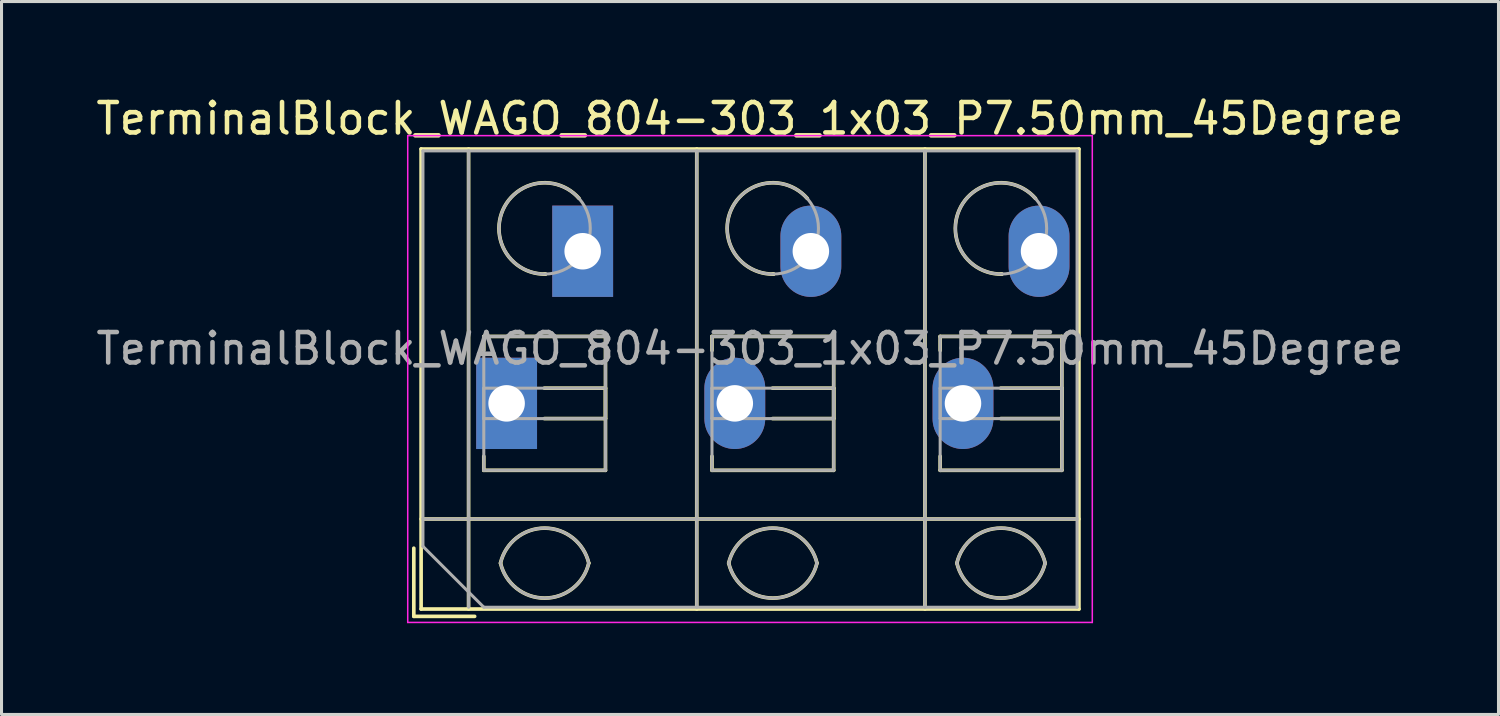
<source format=kicad_pcb>
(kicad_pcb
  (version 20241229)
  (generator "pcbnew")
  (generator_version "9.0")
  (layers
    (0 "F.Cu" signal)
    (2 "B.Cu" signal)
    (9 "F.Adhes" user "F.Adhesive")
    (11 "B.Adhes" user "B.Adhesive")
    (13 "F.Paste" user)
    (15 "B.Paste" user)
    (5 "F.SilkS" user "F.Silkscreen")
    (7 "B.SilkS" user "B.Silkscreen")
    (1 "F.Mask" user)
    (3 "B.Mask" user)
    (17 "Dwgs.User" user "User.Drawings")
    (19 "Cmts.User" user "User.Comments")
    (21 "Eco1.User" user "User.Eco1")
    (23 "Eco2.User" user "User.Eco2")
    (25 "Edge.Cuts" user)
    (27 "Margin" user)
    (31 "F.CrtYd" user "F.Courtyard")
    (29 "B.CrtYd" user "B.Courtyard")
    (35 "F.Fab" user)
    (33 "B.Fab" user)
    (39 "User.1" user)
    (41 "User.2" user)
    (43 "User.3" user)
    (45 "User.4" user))
  (footprint "TerminalBlock_WAGO_804-303_1x03_P7.50mm_45Degree"
    (layer "F.Cu")
    (at 13.601 10.208)
    (property "Reference" "TerminalBlock_WAGO_804-303_1x03_P7.50mm_45Degree" (at 8 -9.36 0) (layer "F.SilkS") (effects (font (size 1 1) (thickness 0.15))))
    (attr through_hole)
    (fp_line (start -3.05 4.76) (end -3.05 7) (stroke (width 0.12) (type solid)) (layer "F.SilkS"))
    (fp_line (start -3.05 7) (end -1.05 7) (stroke (width 0.12) (type solid)) (layer "F.SilkS"))
    (fp_line (start -2.81 -8.361) (end -2.81 6.76) (stroke (width 0.12) (type solid)) (layer "F.SilkS"))
    (fp_line (start -2.81 -8.361) (end 18.811 -8.361) (stroke (width 0.12) (type solid)) (layer "F.SilkS"))
    (fp_line (start -2.81 3.8) (end 18.811 3.8) (stroke (width 0.12) (type solid)) (layer "F.SilkS"))
    (fp_line (start -2.81 6.76) (end 18.811 6.76) (stroke (width 0.12) (type solid)) (layer "F.SilkS"))
    (fp_line (start -1.25 -8.361) (end -1.25 6.76) (stroke (width 0.12) (type solid)) (layer "F.SilkS"))
    (fp_line (start -0.75 -2.2) (end -0.75 -1.74) (stroke (width 0.12) (type solid)) (layer "F.SilkS"))
    (fp_line (start -0.75 -2.2) (end 3.25 -2.2) (stroke (width 0.12) (type solid)) (layer "F.SilkS"))
    (fp_line (start -0.75 1.74) (end -0.75 2.2) (stroke (width 0.12) (type solid)) (layer "F.SilkS"))
    (fp_line (start -0.75 2.2) (end 3.25 2.2) (stroke (width 0.12) (type solid)) (layer "F.SilkS"))
    (fp_line (start 1.24 -0.5) (end 3.25 -0.5) (stroke (width 0.12) (type solid)) (layer "F.SilkS"))
    (fp_line (start 1.24 0.5) (end 3.25 0.5) (stroke (width 0.12) (type solid)) (layer "F.SilkS"))
    (fp_line (start 3.25 -2.2) (end 3.25 2.2) (stroke (width 0.12) (type solid)) (layer "F.SilkS"))
    (fp_line (start 3.25 -0.5) (end 3.25 0.5) (stroke (width 0.12) (type solid)) (layer "F.SilkS"))
    (fp_line (start 6.25 -8.361) (end 6.25 6.76) (stroke (width 0.12) (type solid)) (layer "F.SilkS"))
    (fp_line (start 6.75 -2.2) (end 6.75 -1.74) (stroke (width 0.12) (type solid)) (layer "F.SilkS"))
    (fp_line (start 6.75 -2.2) (end 10.75 -2.2) (stroke (width 0.12) (type solid)) (layer "F.SilkS"))
    (fp_line (start 6.75 1.74) (end 6.75 2.2) (stroke (width 0.12) (type solid)) (layer "F.SilkS"))
    (fp_line (start 6.75 2.2) (end 10.75 2.2) (stroke (width 0.12) (type solid)) (layer "F.SilkS"))
    (fp_line (start 8.74 -0.5) (end 10.75 -0.5) (stroke (width 0.12) (type solid)) (layer "F.SilkS"))
    (fp_line (start 8.74 0.5) (end 10.75 0.5) (stroke (width 0.12) (type solid)) (layer "F.SilkS"))
    (fp_line (start 10.75 -2.2) (end 10.75 2.2) (stroke (width 0.12) (type solid)) (layer "F.SilkS"))
    (fp_line (start 10.75 -0.5) (end 10.75 0.5) (stroke (width 0.12) (type solid)) (layer "F.SilkS"))
    (fp_line (start 13.75 -8.361) (end 13.75 6.76) (stroke (width 0.12) (type solid)) (layer "F.SilkS"))
    (fp_line (start 14.25 -2.2) (end 14.25 -1.74) (stroke (width 0.12) (type solid)) (layer "F.SilkS"))
    (fp_line (start 14.25 -2.2) (end 18.25 -2.2) (stroke (width 0.12) (type solid)) (layer "F.SilkS"))
    (fp_line (start 14.25 1.74) (end 14.25 2.2) (stroke (width 0.12) (type solid)) (layer "F.SilkS"))
    (fp_line (start 14.25 2.2) (end 18.25 2.2) (stroke (width 0.12) (type solid)) (layer "F.SilkS"))
    (fp_line (start 16.24 -0.5) (end 18.25 -0.5) (stroke (width 0.12) (type solid)) (layer "F.SilkS"))
    (fp_line (start 16.24 0.5) (end 18.25 0.5) (stroke (width 0.12) (type solid)) (layer "F.SilkS"))
    (fp_line (start 18.25 -2.2) (end 18.25 2.2) (stroke (width 0.12) (type solid)) (layer "F.SilkS"))
    (fp_line (start 18.25 -0.5) (end 18.25 0.5) (stroke (width 0.12) (type solid)) (layer "F.SilkS"))
    (fp_line (start 18.811 -8.361) (end 18.811 6.76) (stroke (width 0.12) (type solid)) (layer "F.SilkS"))
    (fp_arc (start -0.200865 5.250424) (mid 1.250296 4.099926) (end 2.701 5.251) (stroke (width 0.12) (type solid)) (layer "F.SilkS"))
    (fp_arc (start 1.276179 -4.250228) (mid 1.26309 -4.250057) (end 1.25 -4.25) (stroke (width 0.12) (type solid)) (layer "F.SilkS"))
    (fp_arc (start 1.276275 -4.248926) (mid -0.121539 -6.360568) (end 2.383 -6.735) (stroke (width 0.12) (type solid)) (layer "F.SilkS"))
    (fp_arc (start 2.7 5.25) (mid 1.250068 6.400101) (end -0.199969 5.250133) (stroke (width 0.12) (type solid)) (layer "F.SilkS"))
    (fp_arc (start 7.299135 5.250424) (mid 8.750296 4.099926) (end 10.201 5.251) (stroke (width 0.12) (type solid)) (layer "F.SilkS"))
    (fp_arc (start 8.776179 -4.250228) (mid 8.76309 -4.250057) (end 8.75 -4.25) (stroke (width 0.12) (type solid)) (layer "F.SilkS"))
    (fp_arc (start 8.776275 -4.248926) (mid 7.378461 -6.360568) (end 9.883 -6.735) (stroke (width 0.12) (type solid)) (layer "F.SilkS"))
    (fp_arc (start 10.2 5.25) (mid 8.750068 6.400101) (end 7.300031 5.250133) (stroke (width 0.12) (type solid)) (layer "F.SilkS"))
    (fp_arc (start 14.799135 5.250424) (mid 16.250296 4.099926) (end 17.701 5.251) (stroke (width 0.12) (type solid)) (layer "F.SilkS"))
    (fp_arc (start 16.276179 -4.250228) (mid 16.26309 -4.250057) (end 16.25 -4.25) (stroke (width 0.12) (type solid)) (layer "F.SilkS"))
    (fp_arc (start 16.276275 -4.248926) (mid 14.878461 -6.360568) (end 17.383 -6.735) (stroke (width 0.12) (type solid)) (layer "F.SilkS"))
    (fp_arc (start 17.7 5.25) (mid 16.250068 6.400101) (end 14.800031 5.250133) (stroke (width 0.12) (type solid)) (layer "F.SilkS"))
    (fp_line (start -3.25 -8.8) (end -3.25 7.2) (stroke (width 0.05) (type solid)) (layer "F.CrtYd"))
    (fp_line (start -3.25 7.2) (end 19.25 7.2) (stroke (width 0.05) (type solid)) (layer "F.CrtYd"))
    (fp_line (start 19.25 -8.8) (end -3.25 -8.8) (stroke (width 0.05) (type solid)) (layer "F.CrtYd"))
    (fp_line (start 19.25 7.2) (end 19.25 -8.8) (stroke (width 0.05) (type solid)) (layer "F.CrtYd"))
    (fp_line (start -2.75 -8.3) (end 18.75 -8.3) (stroke (width 0.1) (type solid)) (layer "F.Fab"))
    (fp_line (start -2.75 3.8) (end 18.75 3.8) (stroke (width 0.1) (type solid)) (layer "F.Fab"))
    (fp_line (start -2.75 4.7) (end -2.75 -8.3) (stroke (width 0.1) (type solid)) (layer "F.Fab"))
    (fp_line (start -1.25 -8.3) (end -1.25 6.7) (stroke (width 0.1) (type solid)) (layer "F.Fab"))
    (fp_line (start -0.75 -2.2) (end -0.75 2.2) (stroke (width 0.1) (type solid)) (layer "F.Fab"))
    (fp_line (start -0.75 -0.5) (end -0.75 0.5) (stroke (width 0.1) (type solid)) (layer "F.Fab"))
    (fp_line (start -0.75 0.5) (end 3.25 0.5) (stroke (width 0.1) (type solid)) (layer "F.Fab"))
    (fp_line (start -0.75 2.2) (end 3.25 2.2) (stroke (width 0.1) (type solid)) (layer "F.Fab"))
    (fp_line (start -0.75 6.7) (end -2.75 4.7) (stroke (width 0.1) (type solid)) (layer "F.Fab"))
    (fp_line (start 3.25 -2.2) (end -0.75 -2.2) (stroke (width 0.1) (type solid)) (layer "F.Fab"))
    (fp_line (start 3.25 -0.5) (end -0.75 -0.5) (stroke (width 0.1) (type solid)) (layer "F.Fab"))
    (fp_line (start 3.25 0.5) (end 3.25 -0.5) (stroke (width 0.1) (type solid)) (layer "F.Fab"))
    (fp_line (start 3.25 2.2) (end 3.25 -2.2) (stroke (width 0.1) (type solid)) (layer "F.Fab"))
    (fp_line (start 6.25 -8.3) (end 6.25 6.7) (stroke (width 0.1) (type solid)) (layer "F.Fab"))
    (fp_line (start 6.75 -2.2) (end 6.75 2.2) (stroke (width 0.1) (type solid)) (layer "F.Fab"))
    (fp_line (start 6.75 -0.5) (end 6.75 0.5) (stroke (width 0.1) (type solid)) (layer "F.Fab"))
    (fp_line (start 6.75 0.5) (end 10.75 0.5) (stroke (width 0.1) (type solid)) (layer "F.Fab"))
    (fp_line (start 6.75 2.2) (end 10.75 2.2) (stroke (width 0.1) (type solid)) (layer "F.Fab"))
    (fp_line (start 10.75 -2.2) (end 6.75 -2.2) (stroke (width 0.1) (type solid)) (layer "F.Fab"))
    (fp_line (start 10.75 -0.5) (end 6.75 -0.5) (stroke (width 0.1) (type solid)) (layer "F.Fab"))
    (fp_line (start 10.75 0.5) (end 10.75 -0.5) (stroke (width 0.1) (type solid)) (layer "F.Fab"))
    (fp_line (start 10.75 2.2) (end 10.75 -2.2) (stroke (width 0.1) (type solid)) (layer "F.Fab"))
    (fp_line (start 13.75 -8.3) (end 13.75 6.7) (stroke (width 0.1) (type solid)) (layer "F.Fab"))
    (fp_line (start 14.25 -2.2) (end 14.25 2.2) (stroke (width 0.1) (type solid)) (layer "F.Fab"))
    (fp_line (start 14.25 -0.5) (end 14.25 0.5) (stroke (width 0.1) (type solid)) (layer "F.Fab"))
    (fp_line (start 14.25 0.5) (end 18.25 0.5) (stroke (width 0.1) (type solid)) (layer "F.Fab"))
    (fp_line (start 14.25 2.2) (end 18.25 2.2) (stroke (width 0.1) (type solid)) (layer "F.Fab"))
    (fp_line (start 18.25 -2.2) (end 14.25 -2.2) (stroke (width 0.1) (type solid)) (layer "F.Fab"))
    (fp_line (start 18.25 -0.5) (end 14.25 -0.5) (stroke (width 0.1) (type solid)) (layer "F.Fab"))
    (fp_line (start 18.25 0.5) (end 18.25 -0.5) (stroke (width 0.1) (type solid)) (layer "F.Fab"))
    (fp_line (start 18.25 2.2) (end 18.25 -2.2) (stroke (width 0.1) (type solid)) (layer "F.Fab"))
    (fp_line (start 18.75 -8.3) (end 18.75 6.7) (stroke (width 0.1) (type solid)) (layer "F.Fab"))
    (fp_line (start 18.75 6.7) (end -0.75 6.7) (stroke (width 0.1) (type solid)) (layer "F.Fab"))
    (fp_arc (start -0.200865 5.250424) (mid 1.250296 4.099926) (end 2.701 5.251) (stroke (width 0.1) (type solid)) (layer "F.Fab"))
    (fp_arc (start 2.7 5.25) (mid 1.250068 6.400101) (end -0.199969 5.250133) (stroke (width 0.1) (type solid)) (layer "F.Fab"))
    (fp_arc (start 7.299135 5.250424) (mid 8.750296 4.099926) (end 10.201 5.251) (stroke (width 0.1) (type solid)) (layer "F.Fab"))
    (fp_arc (start 10.2 5.25) (mid 8.750068 6.400101) (end 7.300031 5.250133) (stroke (width 0.1) (type solid)) (layer "F.Fab"))
    (fp_arc (start 14.799135 5.250424) (mid 16.250296 4.099926) (end 17.701 5.251) (stroke (width 0.1) (type solid)) (layer "F.Fab"))
    (fp_arc (start 17.7 5.25) (mid 16.250068 6.400101) (end 14.800031 5.250133) (stroke (width 0.1) (type solid)) (layer "F.Fab"))
    (fp_circle (center 1.25 -5.75) (end 2.75 -5.75) (stroke (width 0.1) (type solid)) (fill no) (layer "F.Fab"))
    (fp_circle (center 8.75 -5.75) (end 10.25 -5.75) (stroke (width 0.1) (type solid)) (fill no) (layer "F.Fab"))
    (fp_circle (center 16.25 -5.75) (end 17.75 -5.75) (stroke (width 0.1) (type solid)) (fill no) (layer "F.Fab"))
    (fp_text user "${REFERENCE}" (at 8 -1.8 0) (layer "F.Fab") (effects (font (size 1 1) (thickness 0.15))))
    (pad "1" thru_hole rect (at 0 0) (size 2 3) (drill 1.2) (layers "*.Cu" "*.Mask"))
    (pad "1" thru_hole rect (at 2.5 -5) (size 2 3) (drill 1.2) (layers "*.Cu" "*.Mask"))
    (pad "2" thru_hole oval (at 7.5 0) (size 2 3) (drill 1.2) (layers "*.Cu" "*.Mask"))
    (pad "2" thru_hole oval (at 10 -5) (size 2 3) (drill 1.2) (layers "*.Cu" "*.Mask"))
    (pad "3" thru_hole oval (at 15 0) (size 2 3) (drill 1.2) (layers "*.Cu" "*.Mask"))
    (pad "3" thru_hole oval (at 17.5 -5) (size 2 3) (drill 1.2) (layers "*.Cu" "*.Mask")))
  (gr_rect
    (start -3 -3)
    (end 46.202 20.433)
    (stroke (width 0.1) (type default))
    (fill no)
    (layer "Edge.Cuts")))
</source>
